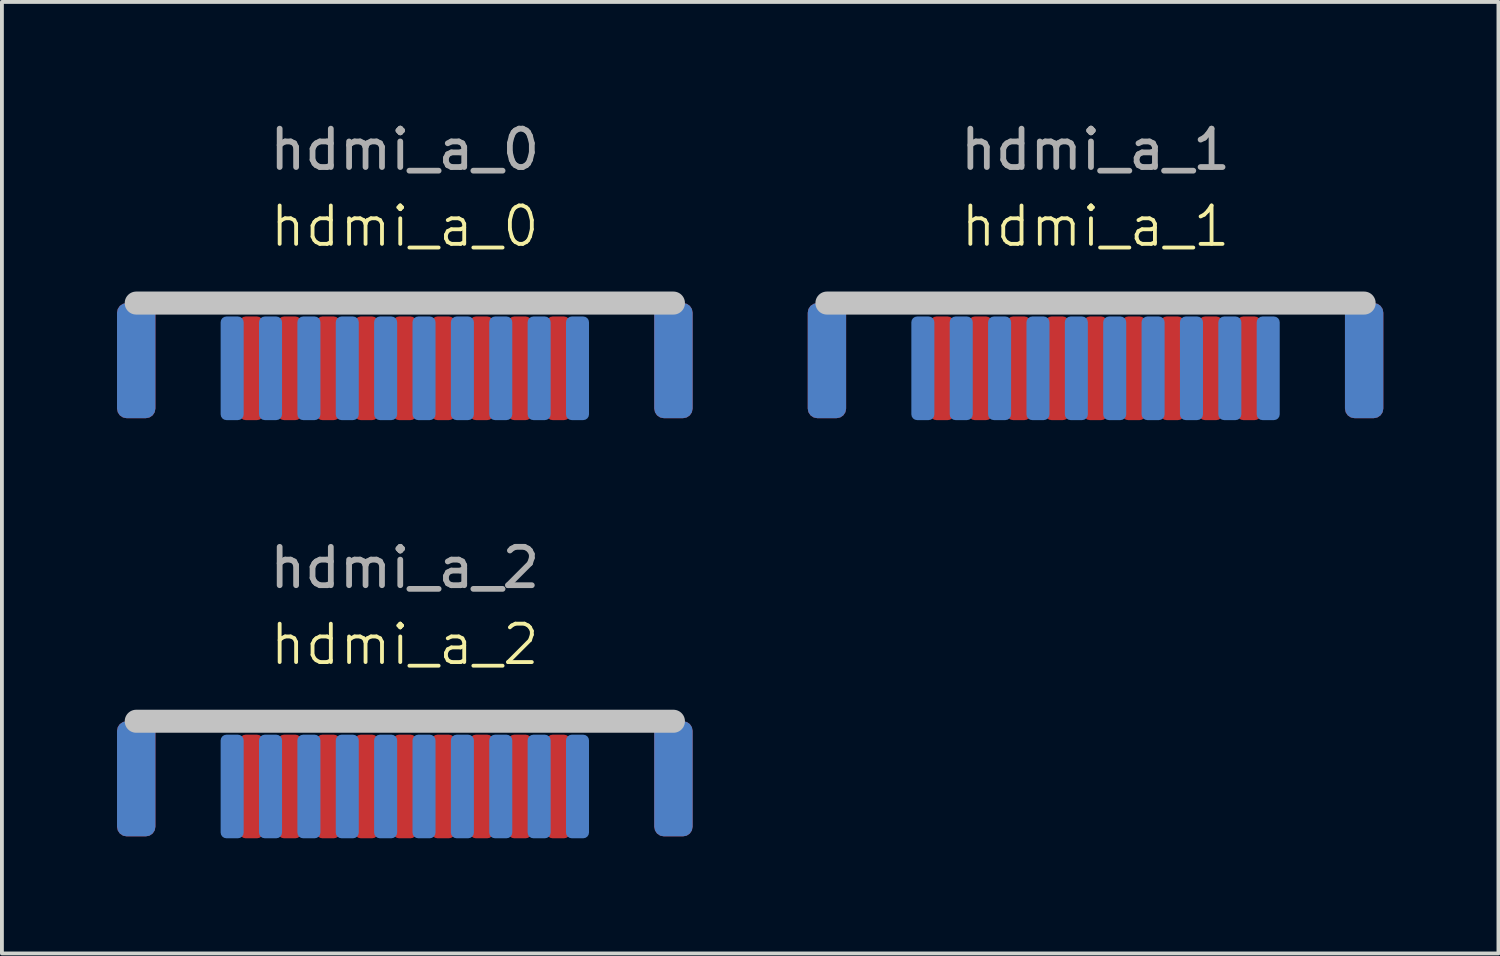
<source format=kicad_pcb>
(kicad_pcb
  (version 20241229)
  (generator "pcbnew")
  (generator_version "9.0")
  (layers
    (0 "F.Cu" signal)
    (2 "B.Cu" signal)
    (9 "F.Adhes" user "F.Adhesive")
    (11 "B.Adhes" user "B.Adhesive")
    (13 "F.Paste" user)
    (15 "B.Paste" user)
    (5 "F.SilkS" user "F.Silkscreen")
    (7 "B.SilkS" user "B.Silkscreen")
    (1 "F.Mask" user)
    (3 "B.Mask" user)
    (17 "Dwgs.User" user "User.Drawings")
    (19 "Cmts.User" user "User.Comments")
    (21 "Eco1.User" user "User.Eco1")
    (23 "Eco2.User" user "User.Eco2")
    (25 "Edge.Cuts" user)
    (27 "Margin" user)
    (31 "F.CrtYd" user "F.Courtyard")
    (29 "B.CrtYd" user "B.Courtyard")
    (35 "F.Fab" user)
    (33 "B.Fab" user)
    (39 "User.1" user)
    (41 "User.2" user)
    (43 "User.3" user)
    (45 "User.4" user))
  (footprint "hdmi_a_0"
    (layer "F.Cu")
    (at 7.5 4.848)
    (property "Reference" "hdmi_a_0" (at 0 -2 0) (unlocked yes) (layer "F.SilkS") (effects (font (size 1 1) (thickness 0.1))))
    (attr smd)
    (fp_line (start -7 0) (end 7 0) (stroke (width 0.6) (type default)) (layer "Dwgs.User"))
    (fp_text user "${REFERENCE}" (at 0 -4 0) (unlocked yes) (layer "F.Fab") (effects (font (size 1 1) (thickness 0.15))))
    (pad "1" smd roundrect (at 4.5 1.7) (size 0.6 2.7) (layers "B.Cu" "B.Mask" "B.Paste") (roundrect_rratio 0.25))
    (pad "2" smd roundrect (at 4 1.7) (size 0.6 2.7) (layers "F.Cu" "F.Mask" "F.Paste") (roundrect_rratio 0.25))
    (pad "3" smd roundrect (at 3.5 1.7) (size 0.6 2.7) (layers "B.Cu" "B.Mask" "B.Paste") (roundrect_rratio 0.25))
    (pad "4" smd roundrect (at 3 1.7) (size 0.6 2.7) (layers "F.Cu" "F.Mask" "F.Paste") (roundrect_rratio 0.25))
    (pad "5" smd roundrect (at 2.5 1.7) (size 0.6 2.7) (layers "B.Cu" "B.Mask" "B.Paste") (roundrect_rratio 0.25))
    (pad "6" smd roundrect (at 2 1.7) (size 0.6 2.7) (layers "F.Cu" "F.Mask" "F.Paste") (roundrect_rratio 0.25))
    (pad "7" smd roundrect (at 1.5 1.7) (size 0.6 2.7) (layers "B.Cu" "B.Mask" "B.Paste") (roundrect_rratio 0.25))
    (pad "8" smd roundrect (at 1 1.7) (size 0.6 2.7) (layers "F.Cu" "F.Mask" "F.Paste") (roundrect_rratio 0.25))
    (pad "9" smd roundrect (at 0.5 1.7) (size 0.6 2.7) (layers "B.Cu" "B.Mask" "B.Paste") (roundrect_rratio 0.25))
    (pad "10" smd roundrect (at 0 1.7) (size 0.6 2.7) (layers "F.Cu" "F.Mask" "F.Paste") (roundrect_rratio 0.25))
    (pad "11" smd roundrect (at -0.5 1.7) (size 0.6 2.7) (layers "B.Cu" "B.Mask" "B.Paste") (roundrect_rratio 0.25))
    (pad "12" smd roundrect (at -1 1.7) (size 0.6 2.7) (layers "F.Cu" "F.Mask" "F.Paste") (roundrect_rratio 0.25))
    (pad "13" smd roundrect (at -1.5 1.7) (size 0.6 2.7) (layers "B.Cu" "B.Mask" "B.Paste") (roundrect_rratio 0.25))
    (pad "14" smd roundrect (at -2 1.7) (size 0.6 2.7) (layers "F.Cu" "F.Mask" "F.Paste") (roundrect_rratio 0.25))
    (pad "15" smd roundrect (at -2.5 1.7) (size 0.6 2.7) (layers "B.Cu" "B.Mask" "B.Paste") (roundrect_rratio 0.25))
    (pad "16" smd roundrect (at -3 1.7) (size 0.6 2.7) (layers "F.Cu" "F.Mask" "F.Paste") (roundrect_rratio 0.25))
    (pad "17" smd roundrect (at -3.5 1.7) (size 0.6 2.7) (layers "B.Cu" "B.Mask" "B.Paste") (roundrect_rratio 0.25))
    (pad "18" smd roundrect (at -4 1.7) (size 0.6 2.7) (layers "F.Cu" "F.Mask" "F.Paste") (roundrect_rratio 0.25))
    (pad "19" smd roundrect (at -4.5 1.7) (size 0.6 2.7) (layers "B.Cu" "B.Mask" "B.Paste") (roundrect_rratio 0.25))
    (pad "SH" smd roundrect (at -7 1.5) (size 1 3) (layers "F.Cu" "F.Mask" "F.Paste") (roundrect_rratio 0.25))
    (pad "SH" smd roundrect (at -7 1.5) (size 1 3) (layers "B.Cu" "B.Mask" "B.Paste") (roundrect_rratio 0.25))
    (pad "SH" smd roundrect (at 7 1.5) (size 1 3) (layers "F.Cu" "F.Mask" "F.Paste") (roundrect_rratio 0.25))
    (pad "SH" smd roundrect (at 7 1.5) (size 1 3) (layers "B.Cu" "B.Mask" "B.Paste") (roundrect_rratio 0.25)))
  (footprint "hdmi_a_2"
    (layer "F.Cu")
    (at 7.5 15.746)
    (property "Reference" "hdmi_a_2" (at 0 -2 0) (unlocked yes) (layer "F.SilkS") (effects (font (size 1 1) (thickness 0.1))))
    (attr smd)
    (fp_line (start -7 0) (end 7 0) (stroke (width 0.6) (type default)) (layer "Dwgs.User"))
    (fp_text user "${REFERENCE}" (at 0 -4 0) (unlocked yes) (layer "F.Fab") (effects (font (size 1 1) (thickness 0.15))))
    (pad "1" smd roundrect (at -4.5 1.7) (size 0.6 2.7) (layers "B.Cu" "B.Mask" "B.Paste") (roundrect_rratio 0.25))
    (pad "2" smd roundrect (at -4 1.7) (size 0.6 2.7) (layers "F.Cu" "F.Mask" "F.Paste") (roundrect_rratio 0.25))
    (pad "3" smd roundrect (at -3.5 1.7) (size 0.6 2.7) (layers "B.Cu" "B.Mask" "B.Paste") (roundrect_rratio 0.25))
    (pad "4" smd roundrect (at -3 1.7) (size 0.6 2.7) (layers "F.Cu" "F.Mask" "F.Paste") (roundrect_rratio 0.25))
    (pad "5" smd roundrect (at -2.5 1.7) (size 0.6 2.7) (layers "B.Cu" "B.Mask" "B.Paste") (roundrect_rratio 0.25))
    (pad "6" smd roundrect (at -2 1.7) (size 0.6 2.7) (layers "F.Cu" "F.Mask" "F.Paste") (roundrect_rratio 0.25))
    (pad "7" smd roundrect (at -1.5 1.7) (size 0.6 2.7) (layers "B.Cu" "B.Mask" "B.Paste") (roundrect_rratio 0.25))
    (pad "8" smd roundrect (at -1 1.7) (size 0.6 2.7) (layers "F.Cu" "F.Mask" "F.Paste") (roundrect_rratio 0.25))
    (pad "9" smd roundrect (at -0.5 1.7) (size 0.6 2.7) (layers "B.Cu" "B.Mask" "B.Paste") (roundrect_rratio 0.25))
    (pad "10" smd roundrect (at 0 1.7) (size 0.6 2.7) (layers "F.Cu" "F.Mask" "F.Paste") (roundrect_rratio 0.25))
    (pad "11" smd roundrect (at 0.5 1.7) (size 0.6 2.7) (layers "B.Cu" "B.Mask" "B.Paste") (roundrect_rratio 0.25))
    (pad "12" smd roundrect (at 1 1.7) (size 0.6 2.7) (layers "F.Cu" "F.Mask" "F.Paste") (roundrect_rratio 0.25))
    (pad "13" smd roundrect (at 1.5 1.7) (size 0.6 2.7) (layers "B.Cu" "B.Mask" "B.Paste") (roundrect_rratio 0.25))
    (pad "14" smd roundrect (at 2 1.7) (size 0.6 2.7) (layers "F.Cu" "F.Mask" "F.Paste") (roundrect_rratio 0.25))
    (pad "15" smd roundrect (at 2.5 1.7) (size 0.6 2.7) (layers "B.Cu" "B.Mask" "B.Paste") (roundrect_rratio 0.25))
    (pad "16" smd roundrect (at 3 1.7) (size 0.6 2.7) (layers "F.Cu" "F.Mask" "F.Paste") (roundrect_rratio 0.25))
    (pad "17" smd roundrect (at 3.5 1.7) (size 0.6 2.7) (layers "B.Cu" "B.Mask" "B.Paste") (roundrect_rratio 0.25))
    (pad "18" smd roundrect (at 4 1.7) (size 0.6 2.7) (layers "F.Cu" "F.Mask" "F.Paste") (roundrect_rratio 0.25))
    (pad "19" smd roundrect (at 4.5 1.7) (size 0.6 2.7) (layers "B.Cu" "B.Mask" "B.Paste") (roundrect_rratio 0.25))
    (pad "SH" smd roundrect (at -7 1.5) (size 1 3) (layers "F.Cu" "F.Mask" "F.Paste") (roundrect_rratio 0.25))
    (pad "SH" smd roundrect (at -7 1.5) (size 1 3) (layers "B.Cu" "B.Mask" "B.Paste") (roundrect_rratio 0.25))
    (pad "SH" smd roundrect (at 7 1.5) (size 1 3) (layers "F.Cu" "F.Mask" "F.Paste") (roundrect_rratio 0.25))
    (pad "SH" smd roundrect (at 7 1.5) (size 1 3) (layers "B.Cu" "B.Mask" "B.Paste") (roundrect_rratio 0.25)))
  (footprint "hdmi_a_1"
    (layer "F.Cu")
    (at 25.5 4.848)
    (property "Reference" "hdmi_a_1" (at 0 -2 0) (unlocked yes) (layer "F.SilkS") (effects (font (size 1 1) (thickness 0.1))))
    (attr smd)
    (fp_line (start -7 0) (end 7 0) (stroke (width 0.6) (type default)) (layer "Dwgs.User"))
    (fp_text user "${REFERENCE}" (at 0 -4 0) (unlocked yes) (layer "F.Fab") (effects (font (size 1 1) (thickness 0.15))))
    (pad "1" smd roundrect (at 4.5 1.7) (size 0.6 2.7) (layers "B.Cu" "B.Mask" "B.Paste") (roundrect_rratio 0.25))
    (pad "2" smd roundrect (at 4 1.7) (size 0.6 2.7) (layers "F.Cu" "F.Mask" "F.Paste") (roundrect_rratio 0.25))
    (pad "3" smd roundrect (at 3.5 1.7) (size 0.6 2.7) (layers "B.Cu" "B.Mask" "B.Paste") (roundrect_rratio 0.25))
    (pad "4" smd roundrect (at 3 1.7) (size 0.6 2.7) (layers "F.Cu" "F.Mask" "F.Paste") (roundrect_rratio 0.25))
    (pad "5" smd roundrect (at 2.5 1.7) (size 0.6 2.7) (layers "B.Cu" "B.Mask" "B.Paste") (roundrect_rratio 0.25))
    (pad "6" smd roundrect (at 2 1.7) (size 0.6 2.7) (layers "F.Cu" "F.Mask" "F.Paste") (roundrect_rratio 0.25))
    (pad "7" smd roundrect (at 1.5 1.7) (size 0.6 2.7) (layers "B.Cu" "B.Mask" "B.Paste") (roundrect_rratio 0.25))
    (pad "8" smd roundrect (at 1 1.7) (size 0.6 2.7) (layers "F.Cu" "F.Mask" "F.Paste") (roundrect_rratio 0.25))
    (pad "9" smd roundrect (at 0.5 1.7) (size 0.6 2.7) (layers "B.Cu" "B.Mask" "B.Paste") (roundrect_rratio 0.25))
    (pad "10" smd roundrect (at 0 1.7) (size 0.6 2.7) (layers "F.Cu" "F.Mask" "F.Paste") (roundrect_rratio 0.25))
    (pad "11" smd roundrect (at -0.5 1.7) (size 0.6 2.7) (layers "B.Cu" "B.Mask" "B.Paste") (roundrect_rratio 0.25))
    (pad "12" smd roundrect (at -1 1.7) (size 0.6 2.7) (layers "F.Cu" "F.Mask" "F.Paste") (roundrect_rratio 0.25))
    (pad "13" smd roundrect (at -1.5 1.7) (size 0.6 2.7) (layers "B.Cu" "B.Mask" "B.Paste") (roundrect_rratio 0.25))
    (pad "14" smd roundrect (at -2 1.7) (size 0.6 2.7) (layers "F.Cu" "F.Mask" "F.Paste") (roundrect_rratio 0.25))
    (pad "15" smd roundrect (at -2.5 1.7) (size 0.6 2.7) (layers "B.Cu" "B.Mask" "B.Paste") (roundrect_rratio 0.25))
    (pad "16" smd roundrect (at -3 1.7) (size 0.6 2.7) (layers "F.Cu" "F.Mask" "F.Paste") (roundrect_rratio 0.25))
    (pad "17" smd roundrect (at -3.5 1.7) (size 0.6 2.7) (layers "B.Cu" "B.Mask" "B.Paste") (roundrect_rratio 0.25))
    (pad "18" smd roundrect (at -4 1.7) (size 0.6 2.7) (layers "F.Cu" "F.Mask" "F.Paste") (roundrect_rratio 0.25))
    (pad "19" smd roundrect (at -4.5 1.7) (size 0.6 2.7) (layers "B.Cu" "B.Mask" "B.Paste") (roundrect_rratio 0.25))
    (pad "SH" smd roundrect (at -7 1.5) (size 1 3) (layers "F.Cu" "F.Mask" "F.Paste") (roundrect_rratio 0.25))
    (pad "SH" smd roundrect (at -7 1.5) (size 1 3) (layers "B.Cu" "B.Mask" "B.Paste") (roundrect_rratio 0.25))
    (pad "SH" smd roundrect (at 7 1.5) (size 1 3) (layers "F.Cu" "F.Mask" "F.Paste") (roundrect_rratio 0.25))
    (pad "SH" smd roundrect (at 7 1.5) (size 1 3) (layers "B.Cu" "B.Mask" "B.Paste") (roundrect_rratio 0.25)))
  (gr_rect
    (start -3 -3)
    (end 36 21.797)
    (stroke (width 0.1) (type default))
    (fill no)
    (layer "Edge.Cuts")))
</source>
